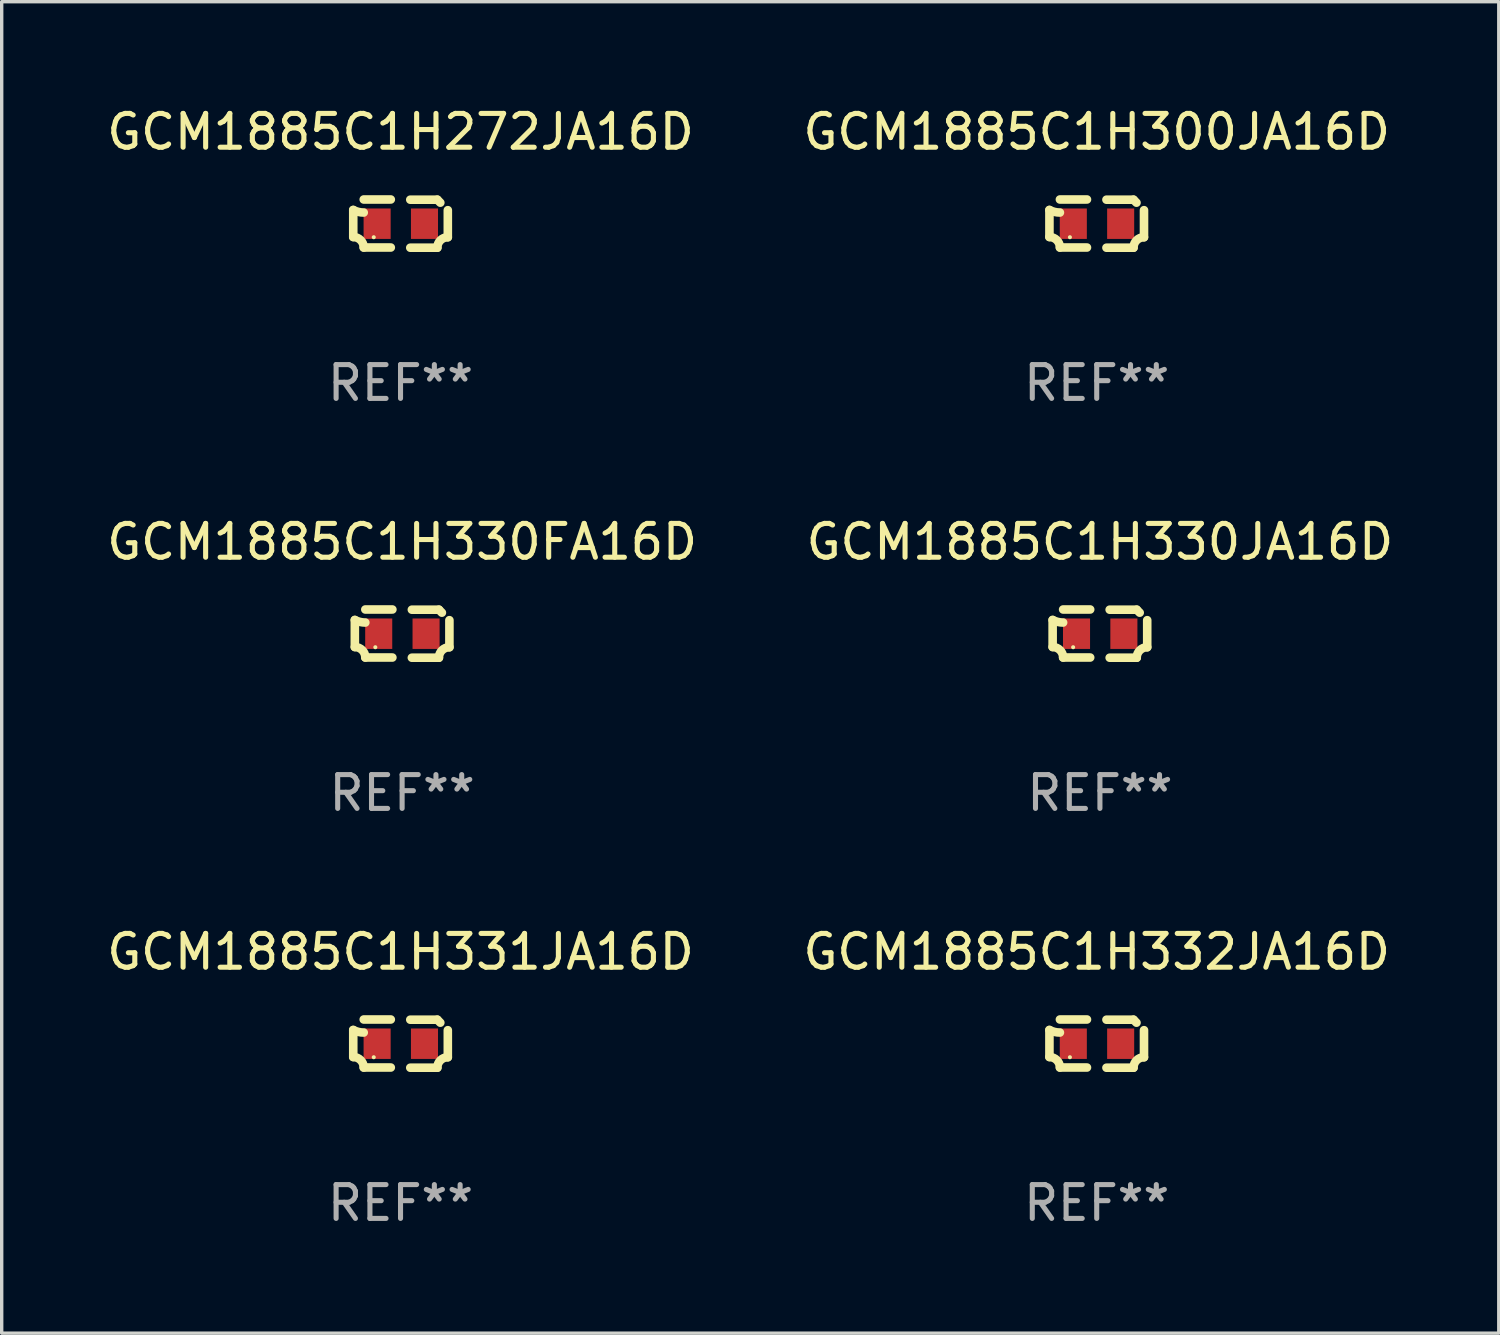
<source format=kicad_pcb>
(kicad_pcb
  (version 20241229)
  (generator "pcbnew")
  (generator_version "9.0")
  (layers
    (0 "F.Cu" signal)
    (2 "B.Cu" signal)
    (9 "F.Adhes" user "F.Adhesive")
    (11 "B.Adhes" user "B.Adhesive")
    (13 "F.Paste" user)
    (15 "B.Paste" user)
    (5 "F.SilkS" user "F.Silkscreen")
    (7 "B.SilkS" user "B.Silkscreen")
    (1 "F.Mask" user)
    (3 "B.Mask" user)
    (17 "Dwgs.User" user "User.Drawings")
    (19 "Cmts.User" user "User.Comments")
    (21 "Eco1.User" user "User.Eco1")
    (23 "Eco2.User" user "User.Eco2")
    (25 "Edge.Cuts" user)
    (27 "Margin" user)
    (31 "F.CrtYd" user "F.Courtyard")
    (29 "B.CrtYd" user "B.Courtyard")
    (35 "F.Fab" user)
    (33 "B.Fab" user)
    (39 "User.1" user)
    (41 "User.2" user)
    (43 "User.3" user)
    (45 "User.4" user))
  (footprint "GCM1885C1H272JA16D"
    (layer "F.Cu")
    (at 8.792 3.561)
    (property "Reference" "GCM1885C1H272JA16D" (at 0 -2.713 0) (layer "F.SilkS") (effects (font (size 1 1) (thickness 0.15))))
    (attr through_hole)
    (fp_line (start -1.398 -0.403) (end -1.398 0.397) (stroke (width 0.254) (type solid)) (layer "F.SilkS"))
    (fp_line (start -0.288 -0.713) (end -1.088 -0.713) (stroke (width 0.254) (type solid)) (layer "F.SilkS"))
    (fp_line (start -0.288 0.707) (end -1.088 0.707) (stroke (width 0.254) (type solid)) (layer "F.SilkS"))
    (fp_line (start 0.288 -0.707) (end 1.088 -0.707) (stroke (width 0.254) (type solid)) (layer "F.SilkS"))
    (fp_line (start 0.288 0.713) (end 1.088 0.713) (stroke (width 0.254) (type solid)) (layer "F.SilkS"))
    (fp_line (start 1.398 -0.397) (end 1.398 0.403) (stroke (width 0.254) (type solid)) (layer "F.SilkS"))
    (fp_arc (start -1.397789 0.397066) (mid -1.178701 0.487826) (end -1.08796 0.706922) (stroke (width 0.254001) (type solid)) (layer "F.SilkS"))
    (fp_arc (start -1.08796 -0.327176) (mid -1.247436 -0.346384) (end -1.39779 -0.402908) (stroke (width 0.254001) (type solid)) (layer "F.SilkS"))
    (fp_arc (start 1.087909 0.712738) (mid 1.178656 0.493655) (end 1.397739 0.402908) (stroke (width 0.254001) (type solid)) (layer "F.SilkS"))
    (fp_arc (start 1.175925 -0.618926) (mid 1.131917 -0.662923) (end 1.08791 -0.706922) (stroke (width 0.254001) (type solid)) (layer "F.SilkS"))
    (fp_circle (center -0.792 0.403) (end -0.762 0.403) (stroke (width 0.06) (type solid)) (fill no) (layer "F.SilkS"))
    (fp_text user "REF**" (at 0 4.713 0) (layer "F.Fab") (effects (font (size 1 1) (thickness 0.15))))
    (pad "1" smd rect (at -0.692 0.003) (size 0.8 0.9) (layers "F.Cu" "F.Mask" "F.Paste"))
    (pad "2" smd rect (at 0.708 0.003) (size 0.8 0.9) (layers "F.Cu" "F.Mask" "F.Paste")))
  (footprint "GCM1885C1H330FA16D"
    (layer "F.Cu")
    (at 8.839 15.683)
    (property "Reference" "GCM1885C1H330FA16D" (at 0 -2.713 0) (layer "F.SilkS") (effects (font (size 1 1) (thickness 0.15))))
    (attr through_hole)
    (fp_line (start -1.398 -0.403) (end -1.398 0.397) (stroke (width 0.254) (type solid)) (layer "F.SilkS"))
    (fp_line (start -0.288 -0.713) (end -1.088 -0.713) (stroke (width 0.254) (type solid)) (layer "F.SilkS"))
    (fp_line (start -0.288 0.707) (end -1.088 0.707) (stroke (width 0.254) (type solid)) (layer "F.SilkS"))
    (fp_line (start 0.288 -0.707) (end 1.088 -0.707) (stroke (width 0.254) (type solid)) (layer "F.SilkS"))
    (fp_line (start 0.288 0.713) (end 1.088 0.713) (stroke (width 0.254) (type solid)) (layer "F.SilkS"))
    (fp_line (start 1.398 -0.397) (end 1.398 0.403) (stroke (width 0.254) (type solid)) (layer "F.SilkS"))
    (fp_arc (start -1.397789 0.397066) (mid -1.178701 0.487826) (end -1.08796 0.706922) (stroke (width 0.254001) (type solid)) (layer "F.SilkS"))
    (fp_arc (start -1.08796 -0.327176) (mid -1.247436 -0.346384) (end -1.39779 -0.402908) (stroke (width 0.254001) (type solid)) (layer "F.SilkS"))
    (fp_arc (start 1.087909 0.712738) (mid 1.178656 0.493655) (end 1.397739 0.402908) (stroke (width 0.254001) (type solid)) (layer "F.SilkS"))
    (fp_arc (start 1.175925 -0.618926) (mid 1.131917 -0.662923) (end 1.08791 -0.706922) (stroke (width 0.254001) (type solid)) (layer "F.SilkS"))
    (fp_circle (center -0.792 0.403) (end -0.762 0.403) (stroke (width 0.06) (type solid)) (fill no) (layer "F.SilkS"))
    (fp_text user "REF**" (at 0 4.713 0) (layer "F.Fab") (effects (font (size 1 1) (thickness 0.15))))
    (pad "1" smd rect (at -0.692 0.003) (size 0.8 0.9) (layers "F.Cu" "F.Mask" "F.Paste"))
    (pad "2" smd rect (at 0.708 0.003) (size 0.8 0.9) (layers "F.Cu" "F.Mask" "F.Paste")))
  (footprint "GCM1885C1H332JA16D"
    (layer "F.Cu")
    (at 29.375 27.805)
    (property "Reference" "GCM1885C1H332JA16D" (at 0 -2.713 0) (layer "F.SilkS") (effects (font (size 1 1) (thickness 0.15))))
    (attr through_hole)
    (fp_line (start -1.398 -0.403) (end -1.398 0.397) (stroke (width 0.254) (type solid)) (layer "F.SilkS"))
    (fp_line (start -0.288 -0.713) (end -1.088 -0.713) (stroke (width 0.254) (type solid)) (layer "F.SilkS"))
    (fp_line (start -0.288 0.707) (end -1.088 0.707) (stroke (width 0.254) (type solid)) (layer "F.SilkS"))
    (fp_line (start 0.288 -0.707) (end 1.088 -0.707) (stroke (width 0.254) (type solid)) (layer "F.SilkS"))
    (fp_line (start 0.288 0.713) (end 1.088 0.713) (stroke (width 0.254) (type solid)) (layer "F.SilkS"))
    (fp_line (start 1.398 -0.397) (end 1.398 0.403) (stroke (width 0.254) (type solid)) (layer "F.SilkS"))
    (fp_arc (start -1.397789 0.397066) (mid -1.178701 0.487826) (end -1.08796 0.706922) (stroke (width 0.254001) (type solid)) (layer "F.SilkS"))
    (fp_arc (start -1.08796 -0.327176) (mid -1.247436 -0.346384) (end -1.39779 -0.402908) (stroke (width 0.254001) (type solid)) (layer "F.SilkS"))
    (fp_arc (start 1.087909 0.712738) (mid 1.178656 0.493655) (end 1.397739 0.402908) (stroke (width 0.254001) (type solid)) (layer "F.SilkS"))
    (fp_arc (start 1.175925 -0.618926) (mid 1.131917 -0.662923) (end 1.08791 -0.706922) (stroke (width 0.254001) (type solid)) (layer "F.SilkS"))
    (fp_circle (center -0.792 0.403) (end -0.762 0.403) (stroke (width 0.06) (type solid)) (fill no) (layer "F.SilkS"))
    (fp_text user "REF**" (at 0 4.713 0) (layer "F.Fab") (effects (font (size 1 1) (thickness 0.15))))
    (pad "1" smd rect (at -0.692 0.003) (size 0.8 0.9) (layers "F.Cu" "F.Mask" "F.Paste"))
    (pad "2" smd rect (at 0.708 0.003) (size 0.8 0.9) (layers "F.Cu" "F.Mask" "F.Paste")))
  (footprint "GCM1885C1H330JA16D"
    (layer "F.Cu")
    (at 29.47 15.683)
    (property "Reference" "GCM1885C1H330JA16D" (at 0 -2.713 0) (layer "F.SilkS") (effects (font (size 1 1) (thickness 0.15))))
    (attr through_hole)
    (fp_line (start -1.398 -0.403) (end -1.398 0.397) (stroke (width 0.254) (type solid)) (layer "F.SilkS"))
    (fp_line (start -0.288 -0.713) (end -1.088 -0.713) (stroke (width 0.254) (type solid)) (layer "F.SilkS"))
    (fp_line (start -0.288 0.707) (end -1.088 0.707) (stroke (width 0.254) (type solid)) (layer "F.SilkS"))
    (fp_line (start 0.288 -0.707) (end 1.088 -0.707) (stroke (width 0.254) (type solid)) (layer "F.SilkS"))
    (fp_line (start 0.288 0.713) (end 1.088 0.713) (stroke (width 0.254) (type solid)) (layer "F.SilkS"))
    (fp_line (start 1.398 -0.397) (end 1.398 0.403) (stroke (width 0.254) (type solid)) (layer "F.SilkS"))
    (fp_arc (start -1.397789 0.397066) (mid -1.178701 0.487826) (end -1.08796 0.706922) (stroke (width 0.254001) (type solid)) (layer "F.SilkS"))
    (fp_arc (start -1.08796 -0.327176) (mid -1.247436 -0.346384) (end -1.39779 -0.402908) (stroke (width 0.254001) (type solid)) (layer "F.SilkS"))
    (fp_arc (start 1.087909 0.712738) (mid 1.178656 0.493655) (end 1.397739 0.402908) (stroke (width 0.254001) (type solid)) (layer "F.SilkS"))
    (fp_arc (start 1.175925 -0.618926) (mid 1.131917 -0.662923) (end 1.08791 -0.706922) (stroke (width 0.254001) (type solid)) (layer "F.SilkS"))
    (fp_circle (center -0.792 0.403) (end -0.762 0.403) (stroke (width 0.06) (type solid)) (fill no) (layer "F.SilkS"))
    (fp_text user "REF**" (at 0 4.713 0) (layer "F.Fab") (effects (font (size 1 1) (thickness 0.15))))
    (pad "1" smd rect (at -0.692 0.003) (size 0.8 0.9) (layers "F.Cu" "F.Mask" "F.Paste"))
    (pad "2" smd rect (at 0.708 0.003) (size 0.8 0.9) (layers "F.Cu" "F.Mask" "F.Paste")))
  (footprint "GCM1885C1H300JA16D"
    (layer "F.Cu")
    (at 29.375 3.561)
    (property "Reference" "GCM1885C1H300JA16D" (at 0 -2.713 0) (layer "F.SilkS") (effects (font (size 1 1) (thickness 0.15))))
    (attr through_hole)
    (fp_line (start -1.398 -0.403) (end -1.398 0.397) (stroke (width 0.254) (type solid)) (layer "F.SilkS"))
    (fp_line (start -0.288 -0.713) (end -1.088 -0.713) (stroke (width 0.254) (type solid)) (layer "F.SilkS"))
    (fp_line (start -0.288 0.707) (end -1.088 0.707) (stroke (width 0.254) (type solid)) (layer "F.SilkS"))
    (fp_line (start 0.288 -0.707) (end 1.088 -0.707) (stroke (width 0.254) (type solid)) (layer "F.SilkS"))
    (fp_line (start 0.288 0.713) (end 1.088 0.713) (stroke (width 0.254) (type solid)) (layer "F.SilkS"))
    (fp_line (start 1.398 -0.397) (end 1.398 0.403) (stroke (width 0.254) (type solid)) (layer "F.SilkS"))
    (fp_arc (start -1.397789 0.397066) (mid -1.178701 0.487826) (end -1.08796 0.706922) (stroke (width 0.254001) (type solid)) (layer "F.SilkS"))
    (fp_arc (start -1.08796 -0.327176) (mid -1.247436 -0.346384) (end -1.39779 -0.402908) (stroke (width 0.254001) (type solid)) (layer "F.SilkS"))
    (fp_arc (start 1.087909 0.712738) (mid 1.178656 0.493655) (end 1.397739 0.402908) (stroke (width 0.254001) (type solid)) (layer "F.SilkS"))
    (fp_arc (start 1.175925 -0.618926) (mid 1.131917 -0.662923) (end 1.08791 -0.706922) (stroke (width 0.254001) (type solid)) (layer "F.SilkS"))
    (fp_circle (center -0.792 0.403) (end -0.762 0.403) (stroke (width 0.06) (type solid)) (fill no) (layer "F.SilkS"))
    (fp_text user "REF**" (at 0 4.713 0) (layer "F.Fab") (effects (font (size 1 1) (thickness 0.15))))
    (pad "1" smd rect (at -0.692 0.003) (size 0.8 0.9) (layers "F.Cu" "F.Mask" "F.Paste"))
    (pad "2" smd rect (at 0.708 0.003) (size 0.8 0.9) (layers "F.Cu" "F.Mask" "F.Paste")))
  (footprint "GCM1885C1H331JA16D"
    (layer "F.Cu")
    (at 8.792 27.805)
    (property "Reference" "GCM1885C1H331JA16D" (at 0 -2.713 0) (layer "F.SilkS") (effects (font (size 1 1) (thickness 0.15))))
    (attr through_hole)
    (fp_line (start -1.398 -0.403) (end -1.398 0.397) (stroke (width 0.254) (type solid)) (layer "F.SilkS"))
    (fp_line (start -0.288 -0.713) (end -1.088 -0.713) (stroke (width 0.254) (type solid)) (layer "F.SilkS"))
    (fp_line (start -0.288 0.707) (end -1.088 0.707) (stroke (width 0.254) (type solid)) (layer "F.SilkS"))
    (fp_line (start 0.288 -0.707) (end 1.088 -0.707) (stroke (width 0.254) (type solid)) (layer "F.SilkS"))
    (fp_line (start 0.288 0.713) (end 1.088 0.713) (stroke (width 0.254) (type solid)) (layer "F.SilkS"))
    (fp_line (start 1.398 -0.397) (end 1.398 0.403) (stroke (width 0.254) (type solid)) (layer "F.SilkS"))
    (fp_arc (start -1.397789 0.397066) (mid -1.178701 0.487826) (end -1.08796 0.706922) (stroke (width 0.254001) (type solid)) (layer "F.SilkS"))
    (fp_arc (start -1.08796 -0.327176) (mid -1.247436 -0.346384) (end -1.39779 -0.402908) (stroke (width 0.254001) (type solid)) (layer "F.SilkS"))
    (fp_arc (start 1.087909 0.712738) (mid 1.178656 0.493655) (end 1.397739 0.402908) (stroke (width 0.254001) (type solid)) (layer "F.SilkS"))
    (fp_arc (start 1.175925 -0.618926) (mid 1.131917 -0.662923) (end 1.08791 -0.706922) (stroke (width 0.254001) (type solid)) (layer "F.SilkS"))
    (fp_circle (center -0.792 0.403) (end -0.762 0.403) (stroke (width 0.06) (type solid)) (fill no) (layer "F.SilkS"))
    (fp_text user "REF**" (at 0 4.713 0) (layer "F.Fab") (effects (font (size 1 1) (thickness 0.15))))
    (pad "1" smd rect (at -0.692 0.003) (size 0.8 0.9) (layers "F.Cu" "F.Mask" "F.Paste"))
    (pad "2" smd rect (at 0.708 0.003) (size 0.8 0.9) (layers "F.Cu" "F.Mask" "F.Paste")))
  (gr_rect
    (start -3 -3)
    (end 41.262 36.366)
    (stroke (width 0.1) (type default))
    (fill no)
    (layer "Edge.Cuts")))
</source>
